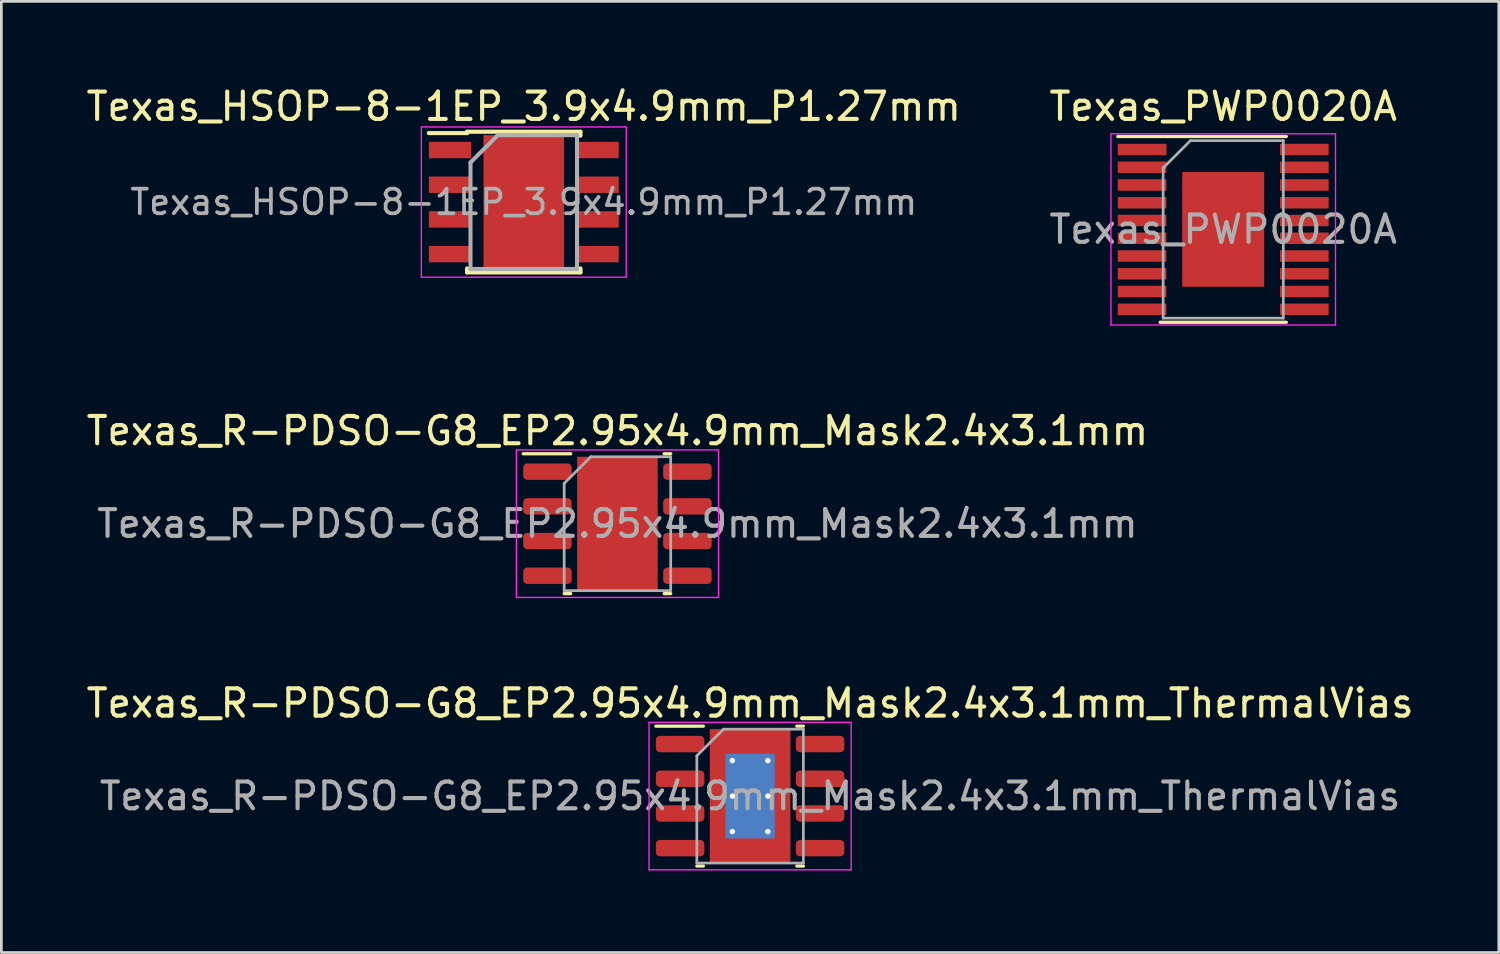
<source format=kicad_pcb>
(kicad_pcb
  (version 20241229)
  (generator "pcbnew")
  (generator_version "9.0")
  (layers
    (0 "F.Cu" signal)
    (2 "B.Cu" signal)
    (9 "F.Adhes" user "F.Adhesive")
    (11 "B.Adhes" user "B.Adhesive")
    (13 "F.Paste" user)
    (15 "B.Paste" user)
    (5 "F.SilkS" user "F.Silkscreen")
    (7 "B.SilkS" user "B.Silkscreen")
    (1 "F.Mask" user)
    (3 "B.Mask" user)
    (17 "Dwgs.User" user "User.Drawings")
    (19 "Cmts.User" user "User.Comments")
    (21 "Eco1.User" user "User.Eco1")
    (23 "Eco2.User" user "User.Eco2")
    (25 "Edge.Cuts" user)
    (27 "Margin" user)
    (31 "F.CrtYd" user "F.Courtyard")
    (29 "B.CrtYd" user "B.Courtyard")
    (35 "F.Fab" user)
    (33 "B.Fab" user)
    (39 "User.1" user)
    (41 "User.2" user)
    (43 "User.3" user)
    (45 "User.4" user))
  (footprint "Texas_R-PDSO-G8_EP2.95x4.9mm_Mask2.4x3.1mm"
    (layer "F.Cu")
    (at 19.554 16.122)
    (property "Reference" "Texas_R-PDSO-G8_EP2.95x4.9mm_Mask2.4x3.1mm" (at 0 -3.4 0) (layer "F.SilkS") (effects (font (size 1 1) (thickness 0.15))))
    (attr smd)
    (fp_line (start -1.711 -2.56) (end -3.45 -2.56) (stroke (width 0.12) (type solid)) (layer "F.SilkS"))
    (fp_line (start -1.711 2.56) (end -1.95 2.56) (stroke (width 0.12) (type solid)) (layer "F.SilkS"))
    (fp_line (start 1.711 -2.56) (end 1.95 -2.56) (stroke (width 0.12) (type solid)) (layer "F.SilkS"))
    (fp_line (start 1.711 2.56) (end 1.95 2.56) (stroke (width 0.12) (type solid)) (layer "F.SilkS"))
    (fp_line (start -3.7 -2.7) (end -3.7 2.7) (stroke (width 0.05) (type solid)) (layer "F.CrtYd"))
    (fp_line (start -3.7 2.7) (end 3.7 2.7) (stroke (width 0.05) (type solid)) (layer "F.CrtYd"))
    (fp_line (start 3.7 -2.7) (end -3.7 -2.7) (stroke (width 0.05) (type solid)) (layer "F.CrtYd"))
    (fp_line (start 3.7 2.7) (end 3.7 -2.7) (stroke (width 0.05) (type solid)) (layer "F.CrtYd"))
    (fp_line (start -1.95 -1.475) (end -0.975 -2.45) (stroke (width 0.1) (type solid)) (layer "F.Fab"))
    (fp_line (start -1.95 2.45) (end -1.95 -1.475) (stroke (width 0.1) (type solid)) (layer "F.Fab"))
    (fp_line (start -0.975 -2.45) (end 1.95 -2.45) (stroke (width 0.1) (type solid)) (layer "F.Fab"))
    (fp_line (start 1.95 -2.45) (end 1.95 2.45) (stroke (width 0.1) (type solid)) (layer "F.Fab"))
    (fp_line (start 1.95 2.45) (end -1.95 2.45) (stroke (width 0.1) (type solid)) (layer "F.Fab"))
    (fp_text user "${REFERENCE}" (at 0 0 0) (layer "F.Fab") (effects (font (size 0.98 0.98) (thickness 0.15))))
    (pad "" smd roundrect (at -0.6 -1.03) (size 0.97 0.83) (layers "F.Paste") (roundrect_rratio 0.25))
    (pad "" smd roundrect (at -0.6 0) (size 0.97 0.83) (layers "F.Paste") (roundrect_rratio 0.25))
    (pad "" smd roundrect (at -0.6 1.03) (size 0.97 0.83) (layers "F.Paste") (roundrect_rratio 0.25))
    (pad "" smd rect (at 0 0) (size 2.4 3.1) (layers "F.Mask"))
    (pad "" smd roundrect (at 0.6 -1.03) (size 0.97 0.83) (layers "F.Paste") (roundrect_rratio 0.25))
    (pad "" smd roundrect (at 0.6 0) (size 0.97 0.83) (layers "F.Paste") (roundrect_rratio 0.25))
    (pad "" smd roundrect (at 0.6 1.03) (size 0.97 0.83) (layers "F.Paste") (roundrect_rratio 0.25))
    (pad "1" smd roundrect (at -2.562 -1.905) (size 1.775 0.6) (layers "F.Cu" "F.Mask" "F.Paste") (roundrect_rratio 0.25))
    (pad "2" smd roundrect (at -2.562 -0.635) (size 1.775 0.6) (layers "F.Cu" "F.Mask" "F.Paste") (roundrect_rratio 0.25))
    (pad "3" smd roundrect (at -2.562 0.635) (size 1.775 0.6) (layers "F.Cu" "F.Mask" "F.Paste") (roundrect_rratio 0.25))
    (pad "4" smd roundrect (at -2.562 1.905) (size 1.775 0.6) (layers "F.Cu" "F.Mask" "F.Paste") (roundrect_rratio 0.25))
    (pad "5" smd roundrect (at 2.562 1.905) (size 1.775 0.6) (layers "F.Cu" "F.Mask" "F.Paste") (roundrect_rratio 0.25))
    (pad "6" smd roundrect (at 2.562 0.635) (size 1.775 0.6) (layers "F.Cu" "F.Mask" "F.Paste") (roundrect_rratio 0.25))
    (pad "7" smd roundrect (at 2.562 -0.635) (size 1.775 0.6) (layers "F.Cu" "F.Mask" "F.Paste") (roundrect_rratio 0.25))
    (pad "8" smd roundrect (at 2.562 -1.905) (size 1.775 0.6) (layers "F.Cu" "F.Mask" "F.Paste") (roundrect_rratio 0.25))
    (pad "9" smd rect (at 0 0) (size 2.95 4.9) (layers "F.Cu")))
  (footprint "Texas_HSOP-8-1EP_3.9x4.9mm_P1.27mm"
    (layer "F.Cu")
    (at 16.125 4.348)
    (property "Reference" "Texas_HSOP-8-1EP_3.9x4.9mm_P1.27mm" (at 0 -3.5 0) (layer "F.SilkS") (effects (font (size 1 1) (thickness 0.15))))
    (attr smd)
    (fp_line (start -2.075 -2.575) (end -2.075 -2.525) (stroke (width 0.15) (type solid)) (layer "F.SilkS"))
    (fp_line (start -2.075 -2.575) (end 2.075 -2.575) (stroke (width 0.15) (type solid)) (layer "F.SilkS"))
    (fp_line (start -2.075 -2.525) (end -3.475 -2.525) (stroke (width 0.15) (type solid)) (layer "F.SilkS"))
    (fp_line (start -2.075 2.575) (end -2.075 2.43) (stroke (width 0.15) (type solid)) (layer "F.SilkS"))
    (fp_line (start -2.075 2.575) (end 2.075 2.575) (stroke (width 0.15) (type solid)) (layer "F.SilkS"))
    (fp_line (start 2.075 -2.575) (end 2.075 -2.43) (stroke (width 0.15) (type solid)) (layer "F.SilkS"))
    (fp_line (start 2.075 2.575) (end 2.075 2.43) (stroke (width 0.15) (type solid)) (layer "F.SilkS"))
    (fp_line (start -3.75 -2.75) (end -3.75 2.75) (stroke (width 0.05) (type solid)) (layer "F.CrtYd"))
    (fp_line (start -3.75 -2.75) (end 3.75 -2.75) (stroke (width 0.05) (type solid)) (layer "F.CrtYd"))
    (fp_line (start -3.75 2.75) (end 3.75 2.75) (stroke (width 0.05) (type solid)) (layer "F.CrtYd"))
    (fp_line (start 3.75 -2.75) (end 3.75 2.75) (stroke (width 0.05) (type solid)) (layer "F.CrtYd"))
    (fp_line (start -1.95 -1.45) (end -0.95 -2.45) (stroke (width 0.15) (type solid)) (layer "F.Fab"))
    (fp_line (start -1.95 2.45) (end -1.95 -1.45) (stroke (width 0.15) (type solid)) (layer "F.Fab"))
    (fp_line (start -0.95 -2.45) (end 1.95 -2.45) (stroke (width 0.15) (type solid)) (layer "F.Fab"))
    (fp_line (start 1.95 -2.45) (end 1.95 2.45) (stroke (width 0.15) (type solid)) (layer "F.Fab"))
    (fp_line (start 1.95 2.45) (end -1.95 2.45) (stroke (width 0.15) (type solid)) (layer "F.Fab"))
    (fp_text user "${REFERENCE}" (at 0 0 0) (layer "F.Fab") (effects (font (size 0.9 0.9) (thickness 0.135))))
    (pad "" smd rect (at 0 0) (size 2.6 3.1) (layers "F.Mask"))
    (pad "" smd rect (at 0 0) (size 2.6 3.1) (layers "F.Paste"))
    (pad "1" smd rect (at -2.7 -1.905) (size 1.55 0.6) (layers "F.Cu" "F.Mask" "F.Paste"))
    (pad "2" smd rect (at -2.7 -0.635) (size 1.55 0.6) (layers "F.Cu" "F.Mask" "F.Paste"))
    (pad "3" smd rect (at -2.7 0.635) (size 1.55 0.6) (layers "F.Cu" "F.Mask" "F.Paste"))
    (pad "4" smd rect (at -2.7 1.905) (size 1.55 0.6) (layers "F.Cu" "F.Mask" "F.Paste"))
    (pad "5" smd rect (at 2.7 1.905) (size 1.55 0.6) (layers "F.Cu" "F.Mask" "F.Paste"))
    (pad "6" smd rect (at 2.7 0.635) (size 1.55 0.6) (layers "F.Cu" "F.Mask" "F.Paste"))
    (pad "7" smd rect (at 2.7 -0.635) (size 1.55 0.6) (layers "F.Cu" "F.Mask" "F.Paste"))
    (pad "8" smd rect (at 2.7 -1.905) (size 1.55 0.6) (layers "F.Cu" "F.Mask" "F.Paste"))
    (pad "9" smd rect (at 0 0) (size 2.95 4.9) (layers "F.Cu")))
  (footprint "Texas_R-PDSO-G8_EP2.95x4.9mm_Mask2.4x3.1mm_ThermalVias"
    (layer "F.Cu")
    (at 24.411 26.095)
    (property "Reference" "Texas_R-PDSO-G8_EP2.95x4.9mm_Mask2.4x3.1mm_ThermalVias" (at 0 -3.4 0) (layer "F.SilkS") (effects (font (size 1 1) (thickness 0.15))))
    (attr smd)
    (fp_line (start -1.711 -2.56) (end -3.45 -2.56) (stroke (width 0.12) (type solid)) (layer "F.SilkS"))
    (fp_line (start -1.711 2.56) (end -1.95 2.56) (stroke (width 0.12) (type solid)) (layer "F.SilkS"))
    (fp_line (start 1.711 -2.56) (end 1.95 -2.56) (stroke (width 0.12) (type solid)) (layer "F.SilkS"))
    (fp_line (start 1.711 2.56) (end 1.95 2.56) (stroke (width 0.12) (type solid)) (layer "F.SilkS"))
    (fp_line (start -3.7 -2.7) (end -3.7 2.7) (stroke (width 0.05) (type solid)) (layer "F.CrtYd"))
    (fp_line (start -3.7 2.7) (end 3.7 2.7) (stroke (width 0.05) (type solid)) (layer "F.CrtYd"))
    (fp_line (start 3.7 -2.7) (end -3.7 -2.7) (stroke (width 0.05) (type solid)) (layer "F.CrtYd"))
    (fp_line (start 3.7 2.7) (end 3.7 -2.7) (stroke (width 0.05) (type solid)) (layer "F.CrtYd"))
    (fp_line (start -1.95 -1.475) (end -0.975 -2.45) (stroke (width 0.1) (type solid)) (layer "F.Fab"))
    (fp_line (start -1.95 2.45) (end -1.95 -1.475) (stroke (width 0.1) (type solid)) (layer "F.Fab"))
    (fp_line (start -0.975 -2.45) (end 1.95 -2.45) (stroke (width 0.1) (type solid)) (layer "F.Fab"))
    (fp_line (start 1.95 -2.45) (end 1.95 2.45) (stroke (width 0.1) (type solid)) (layer "F.Fab"))
    (fp_line (start 1.95 2.45) (end -1.95 2.45) (stroke (width 0.1) (type solid)) (layer "F.Fab"))
    (fp_text user "${REFERENCE}" (at 0 0 0) (layer "F.Fab") (effects (font (size 0.98 0.98) (thickness 0.15))))
    (pad "" smd roundrect (at -0.6 -1.03) (size 1.04 0.89) (layers "F.Paste") (roundrect_rratio 0.25))
    (pad "" smd roundrect (at -0.6 0) (size 1.04 0.89) (layers "F.Paste") (roundrect_rratio 0.25))
    (pad "" smd roundrect (at -0.6 1.03) (size 1.04 0.89) (layers "F.Paste") (roundrect_rratio 0.25))
    (pad "" smd rect (at 0 0) (size 2.4 3.1) (layers "F.Mask"))
    (pad "" smd roundrect (at 0.6 -1.03) (size 1.04 0.89) (layers "F.Paste") (roundrect_rratio 0.25))
    (pad "" smd roundrect (at 0.6 0) (size 1.04 0.89) (layers "F.Paste") (roundrect_rratio 0.25))
    (pad "" smd roundrect (at 0.6 1.03) (size 1.04 0.89) (layers "F.Paste") (roundrect_rratio 0.25))
    (pad "1" smd roundrect (at -2.562 -1.905) (size 1.775 0.6) (layers "F.Cu" "F.Mask" "F.Paste") (roundrect_rratio 0.25))
    (pad "2" smd roundrect (at -2.562 -0.635) (size 1.775 0.6) (layers "F.Cu" "F.Mask" "F.Paste") (roundrect_rratio 0.25))
    (pad "3" smd roundrect (at -2.562 0.635) (size 1.775 0.6) (layers "F.Cu" "F.Mask" "F.Paste") (roundrect_rratio 0.25))
    (pad "4" smd roundrect (at -2.562 1.905) (size 1.775 0.6) (layers "F.Cu" "F.Mask" "F.Paste") (roundrect_rratio 0.25))
    (pad "5" smd roundrect (at 2.562 1.905) (size 1.775 0.6) (layers "F.Cu" "F.Mask" "F.Paste") (roundrect_rratio 0.25))
    (pad "6" smd roundrect (at 2.562 0.635) (size 1.775 0.6) (layers "F.Cu" "F.Mask" "F.Paste") (roundrect_rratio 0.25))
    (pad "7" smd roundrect (at 2.562 -0.635) (size 1.775 0.6) (layers "F.Cu" "F.Mask" "F.Paste") (roundrect_rratio 0.25))
    (pad "8" smd roundrect (at 2.562 -1.905) (size 1.775 0.6) (layers "F.Cu" "F.Mask" "F.Paste") (roundrect_rratio 0.25))
    (pad "9" thru_hole circle (at -0.65 -1.3) (size 0.5 0.5) (drill 0.2) (layers "*.Cu"))
    (pad "9" thru_hole circle (at -0.65 0) (size 0.5 0.5) (drill 0.2) (layers "*.Cu"))
    (pad "9" thru_hole circle (at -0.65 1.3) (size 0.5 0.5) (drill 0.2) (layers "*.Cu"))
    (pad "9" smd rect (at 0 0) (size 1.8 3.1) (layers "B.Cu"))
    (pad "9" smd rect (at 0 0) (size 2.95 4.9) (layers "F.Cu"))
    (pad "9" thru_hole circle (at 0.65 -1.3) (size 0.5 0.5) (drill 0.2) (layers "*.Cu"))
    (pad "9" thru_hole circle (at 0.65 0) (size 0.5 0.5) (drill 0.2) (layers "*.Cu"))
    (pad "9" thru_hole circle (at 0.65 1.3) (size 0.5 0.5) (drill 0.2) (layers "*.Cu")))
  (footprint "Texas_PWP0020A"
    (layer "F.Cu")
    (at 41.732 5.348)
    (property "Reference" "Texas_PWP0020A" (at 0 -4.5 0) (layer "F.SilkS") (effects (font (size 1 1) (thickness 0.15))))
    (attr smd)
    (fp_line (start 2.31 -3.4) (end -3.86 -3.4) (stroke (width 0.12) (type solid)) (layer "F.SilkS"))
    (fp_line (start 2.31 3.4) (end -2.31 3.4) (stroke (width 0.12) (type solid)) (layer "F.SilkS"))
    (fp_line (start -4.11 -3.5) (end -4.11 3.5) (stroke (width 0.05) (type solid)) (layer "F.CrtYd"))
    (fp_line (start -4.11 3.5) (end 4.11 3.5) (stroke (width 0.05) (type solid)) (layer "F.CrtYd"))
    (fp_line (start 4.11 -3.5) (end -4.11 -3.5) (stroke (width 0.05) (type solid)) (layer "F.CrtYd"))
    (fp_line (start 4.11 3.5) (end 4.11 -3.5) (stroke (width 0.05) (type solid)) (layer "F.CrtYd"))
    (fp_line (start -2.2 -2.25) (end -2.2 3.25) (stroke (width 0.1) (type solid)) (layer "F.Fab"))
    (fp_line (start -2.2 3.25) (end 2.2 3.25) (stroke (width 0.1) (type solid)) (layer "F.Fab"))
    (fp_line (start -1.2 -3.25) (end -2.2 -2.25) (stroke (width 0.1) (type solid)) (layer "F.Fab"))
    (fp_line (start 2.2 -3.25) (end -1.2 -3.25) (stroke (width 0.1) (type solid)) (layer "F.Fab"))
    (fp_line (start 2.2 3.25) (end 2.2 -3.25) (stroke (width 0.1) (type solid)) (layer "F.Fab"))
    (fp_text user "${REFERENCE}" (at 0 0 0) (layer "F.Fab") (effects (font (size 1 1) (thickness 0.15))))
    (pad "" smd rect (at -0.713 -1.012) (size 1.275 1.875) (layers "F.Paste"))
    (pad "" smd rect (at -0.713 1.012) (size 1.275 1.875) (layers "F.Paste"))
    (pad "" smd rect (at 0.713 -1.012) (size 1.275 1.875) (layers "F.Paste"))
    (pad "" smd rect (at 0.713 1.012) (size 1.275 1.875) (layers "F.Paste"))
    (pad "1" smd rect (at -2.97 -2.925) (size 1.78 0.42) (layers "F.Cu" "F.Mask" "F.Paste"))
    (pad "2" smd rect (at -2.97 -2.275) (size 1.78 0.42) (layers "F.Cu" "F.Mask" "F.Paste"))
    (pad "3" smd rect (at -2.97 -1.625) (size 1.78 0.42) (layers "F.Cu" "F.Mask" "F.Paste"))
    (pad "4" smd rect (at -2.97 -0.975) (size 1.78 0.42) (layers "F.Cu" "F.Mask" "F.Paste"))
    (pad "5" smd rect (at -2.97 -0.325) (size 1.78 0.42) (layers "F.Cu" "F.Mask" "F.Paste"))
    (pad "6" smd rect (at -2.97 0.325) (size 1.78 0.42) (layers "F.Cu" "F.Mask" "F.Paste"))
    (pad "7" smd rect (at -2.97 0.975) (size 1.78 0.42) (layers "F.Cu" "F.Mask" "F.Paste"))
    (pad "8" smd rect (at -2.97 1.625) (size 1.78 0.42) (layers "F.Cu" "F.Mask" "F.Paste"))
    (pad "9" smd rect (at -2.97 2.275) (size 1.78 0.42) (layers "F.Cu" "F.Mask" "F.Paste"))
    (pad "10" smd rect (at -2.97 2.925) (size 1.78 0.42) (layers "F.Cu" "F.Mask" "F.Paste"))
    (pad "11" smd rect (at 2.97 2.925) (size 1.78 0.42) (layers "F.Cu" "F.Mask" "F.Paste"))
    (pad "12" smd rect (at 2.97 2.275) (size 1.78 0.42) (layers "F.Cu" "F.Mask" "F.Paste"))
    (pad "13" smd rect (at 2.97 1.625) (size 1.78 0.42) (layers "F.Cu" "F.Mask" "F.Paste"))
    (pad "14" smd rect (at 2.97 0.975) (size 1.78 0.42) (layers "F.Cu" "F.Mask" "F.Paste"))
    (pad "15" smd rect (at 2.97 0.325) (size 1.78 0.42) (layers "F.Cu" "F.Mask" "F.Paste"))
    (pad "16" smd rect (at 2.97 -0.325) (size 1.78 0.42) (layers "F.Cu" "F.Mask" "F.Paste"))
    (pad "17" smd rect (at 2.97 -0.975) (size 1.78 0.42) (layers "F.Cu" "F.Mask" "F.Paste"))
    (pad "18" smd rect (at 2.97 -1.625) (size 1.78 0.42) (layers "F.Cu" "F.Mask" "F.Paste"))
    (pad "19" smd rect (at 2.97 -2.275) (size 1.78 0.42) (layers "F.Cu" "F.Mask" "F.Paste"))
    (pad "20" smd rect (at 2.97 -2.925) (size 1.78 0.42) (layers "F.Cu" "F.Mask" "F.Paste"))
    (pad "21" smd rect (at 0 0) (size 3 4.2) (layers "F.Cu" "F.Mask")))
  (gr_rect
    (start -3 -3)
    (end 51.821 31.82)
    (stroke (width 0.1) (type default))
    (fill no)
    (layer "Edge.Cuts")))
</source>
